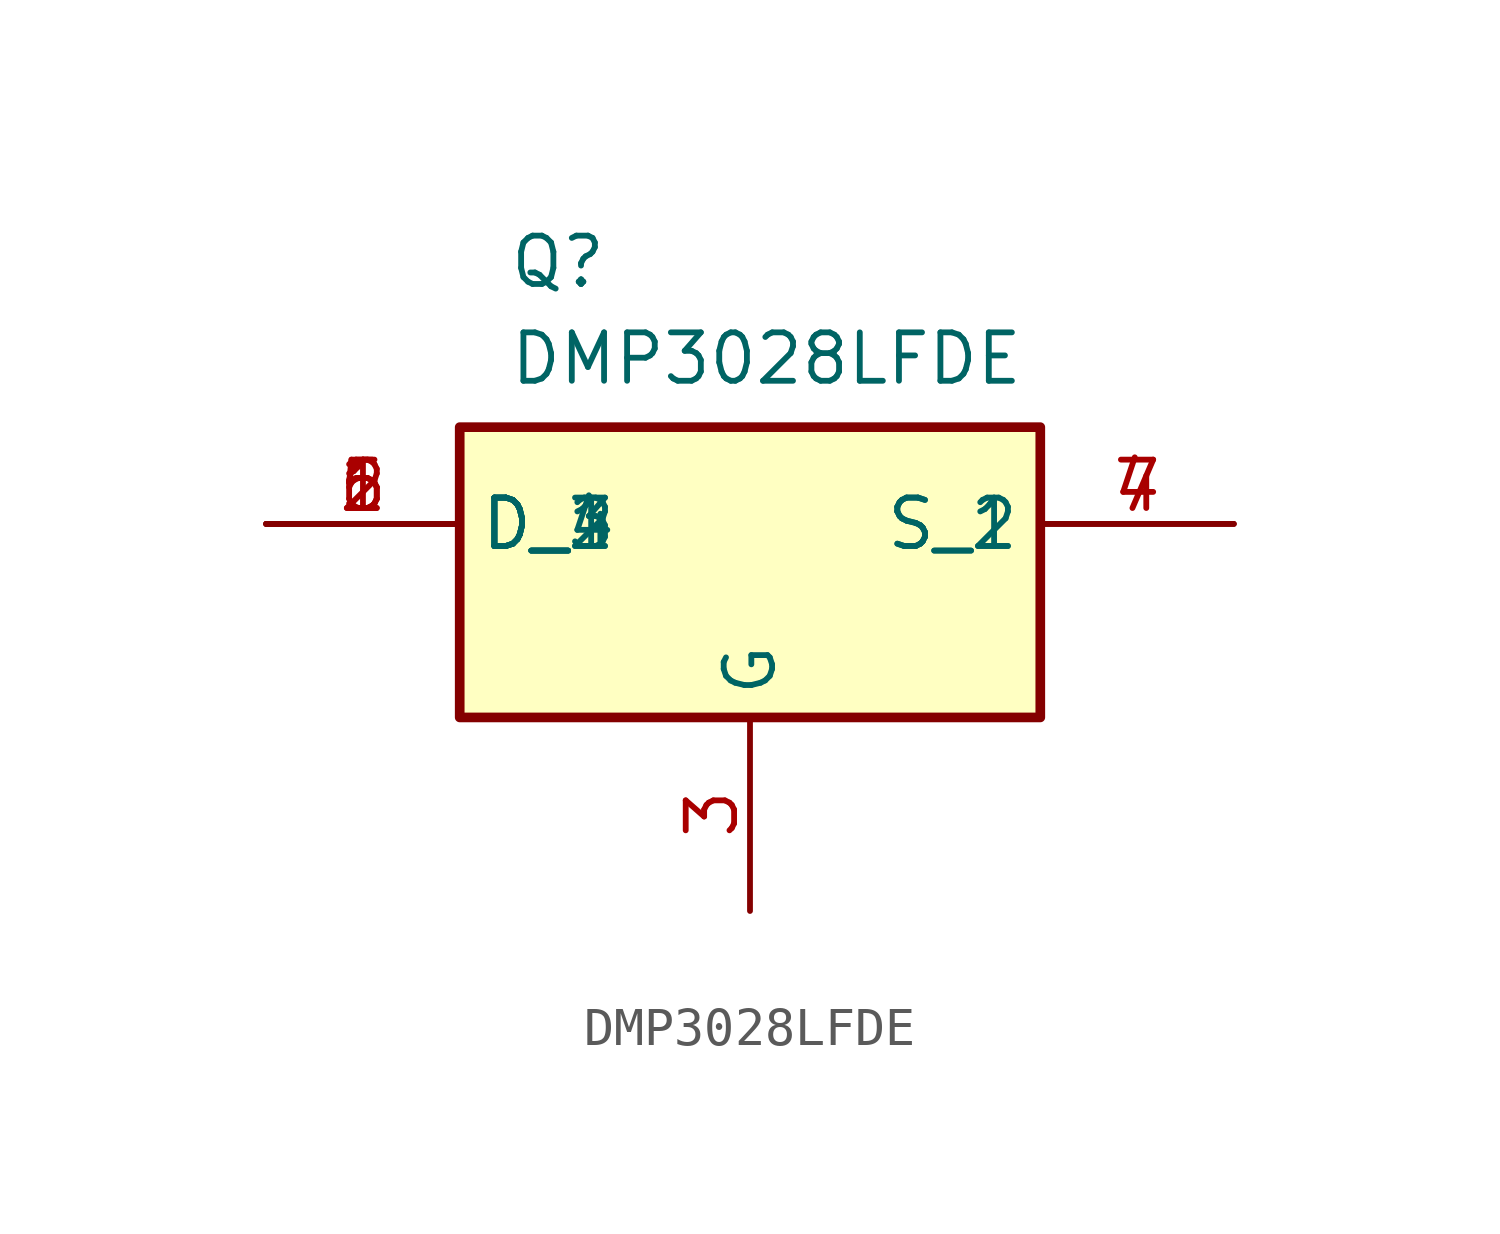
<source format=kicad_sym>
(kicad_symbol_lib
  (version 20220914)
  (generator kicad_symbol_editor)
  (symbol "DMP3028LFDE"
    (property "Reference" "Q"
      (at -6.35 8.89 0)
      (effects (font (size 1.27 1.27)) (justify left top)))
    (property "Value" "DMP3028LFDE"
      (at -6.35 6.35 0)
      (effects (font (size 1.27 1.27)) (justify left top)))
    (symbol "DMP3028LFDE_1_1"
      (rectangle (start -7.62 3.81) (end 7.62 -3.81) (stroke (width 0.254) (type default)) (fill (type background)))
      (pin passive line (at -12.7 1.27 0) (length 5.08) (name "D_1" (effects (font (size 1.27 1.27)))) (number "1" (effects (font (size 1.27 1.27)))))
      (pin passive line (at -12.7 1.27 0) (length 5.08) (name "D_2" (effects (font (size 1.27 1.27)))) (number "2" (effects (font (size 1.27 1.27)))))
      (pin passive line (at 0 -8.89 90) (length 5.08) (name "G" (effects (font (size 1.27 1.27)))) (number "3" (effects (font (size 1.27 1.27)))))
      (pin passive line (at 12.7 1.27 180) (length 5.08) (name "S_1" (effects (font (size 1.27 1.27)))) (number "4" (effects (font (size 1.27 1.27)))))
      (pin passive line (at -12.7 1.27 0) (length 5.08) (name "D_3" (effects (font (size 1.27 1.27)))) (number "5" (effects (font (size 1.27 1.27)))))
      (pin passive line (at -12.7 1.27 0) (length 5.08) (name "D_4" (effects (font (size 1.27 1.27)))) (number "6" (effects (font (size 1.27 1.27)))))
      (pin passive line (at 12.7 1.27 180) (length 5.08) (name "S_2" (effects (font (size 1.27 1.27)))) (number "7" (effects (font (size 1.27 1.27))))))))
</source>
